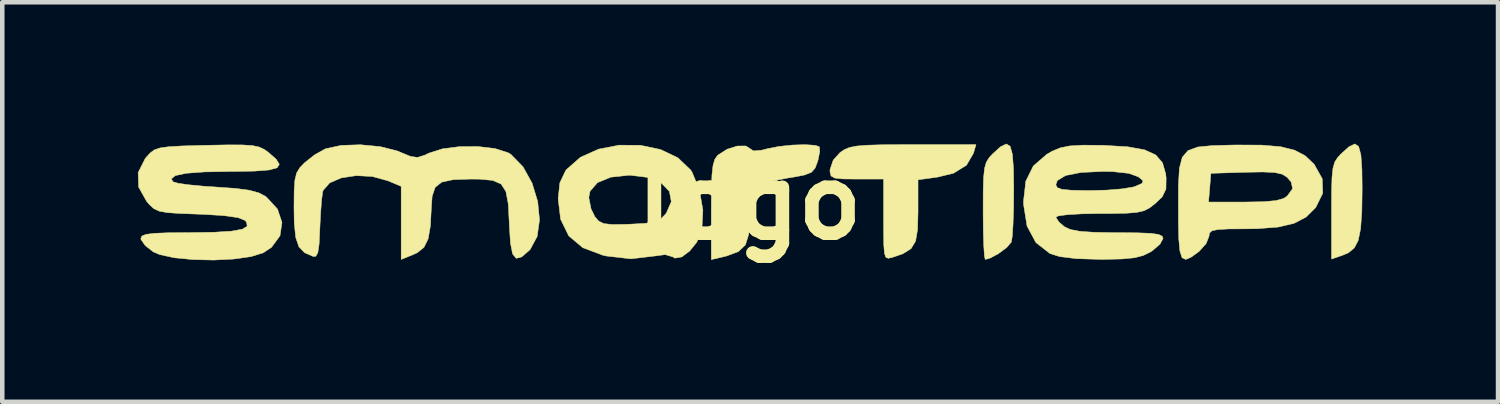
<source format=kicad_pcb>
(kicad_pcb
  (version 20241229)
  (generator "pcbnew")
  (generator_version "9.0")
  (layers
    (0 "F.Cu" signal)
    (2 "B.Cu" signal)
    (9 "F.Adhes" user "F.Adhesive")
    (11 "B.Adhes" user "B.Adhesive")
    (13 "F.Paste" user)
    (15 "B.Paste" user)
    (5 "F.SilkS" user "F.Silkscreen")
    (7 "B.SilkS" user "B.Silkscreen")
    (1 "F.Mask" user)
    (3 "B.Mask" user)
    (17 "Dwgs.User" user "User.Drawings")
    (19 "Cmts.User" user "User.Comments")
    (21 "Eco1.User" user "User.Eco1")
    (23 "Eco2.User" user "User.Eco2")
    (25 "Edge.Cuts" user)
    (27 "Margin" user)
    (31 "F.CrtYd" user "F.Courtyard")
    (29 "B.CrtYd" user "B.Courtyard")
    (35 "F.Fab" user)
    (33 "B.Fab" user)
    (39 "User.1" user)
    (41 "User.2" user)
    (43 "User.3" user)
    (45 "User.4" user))
  (footprint "logo"
    (layer "F.Cu")
    (at 13.527 1.418)
    (property "Reference" "logo" (at 0 0 0) (layer "F.SilkS") (effects (font (size 1.524 1.524) (thickness 0.3))))
    (attr through_hole)
    (fp_poly (pts (xy 13.469 -1.229) (xy 13.519 -1.044) (xy 13.542 -0.716) (xy 13.547 -0.302) (xy 13.54 0.214) (xy 13.513 0.588) (xy 13.461 0.846) (xy 13.374 1.014) (xy 13.245 1.121) (xy 13.129 1.171) (xy 12.869 1.261) (xy 12.869 0.203) (xy 12.871 -0.239) (xy 12.88 -0.545) (xy 12.902 -0.75) (xy 12.941 -0.885) (xy 13.005 -0.984) (xy 13.077 -1.062) (xy 13.257 -1.224) (xy 13.385 -1.285) (xy 13.469 -1.229)) (stroke (width 0.01) (type solid)) (fill yes) (layer "F.SilkS"))
    (fp_poly (pts (xy 5.762 -1.234) (xy 5.812 -1.056) (xy 5.836 -0.737) (xy 5.842 -0.262) (xy 5.842 -0.261) (xy 5.838 0.147) (xy 5.826 0.5) (xy 5.809 0.76) (xy 5.789 0.885) (xy 5.686 1.006) (xy 5.501 1.143) (xy 5.309 1.245) (xy 5.211 1.27) (xy 5.194 1.191) (xy 5.179 0.974) (xy 5.169 0.652) (xy 5.165 0.257) (xy 5.165 0.208) (xy 5.166 -0.236) (xy 5.175 -0.543) (xy 5.197 -0.748) (xy 5.236 -0.883) (xy 5.299 -0.983) (xy 5.372 -1.062) (xy 5.55 -1.223) (xy 5.677 -1.285) (xy 5.762 -1.234)) (stroke (width 0.01) (type solid)) (fill yes) (layer "F.SilkS"))
    (fp_poly (pts (xy 4.951 -1.079) (xy 4.797 -0.814) (xy 4.51 -0.637) (xy 4.149 -0.55) (xy 3.725 -0.492) (xy 3.725 0.218) (xy 3.715 0.607) (xy 3.671 0.866) (xy 3.57 1.032) (xy 3.392 1.143) (xy 3.154 1.225) (xy 3.069 1.244) (xy 3.014 1.224) (xy 2.983 1.135) (xy 2.968 0.95) (xy 2.964 0.64) (xy 2.963 0.387) (xy 2.963 -0.508) (xy 2.371 -0.508) (xy 2.061 -0.511) (xy 1.884 -0.53) (xy 1.802 -0.576) (xy 1.779 -0.663) (xy 1.778 -0.714) (xy 1.849 -0.925) (xy 2.001 -1.095) (xy 2.097 -1.16) (xy 2.209 -1.207) (xy 2.368 -1.238) (xy 2.6 -1.257) (xy 2.934 -1.267) (xy 3.398 -1.27) (xy 3.615 -1.27) (xy 5.007 -1.27) (xy 4.951 -1.079)) (stroke (width 0.01) (type solid)) (fill yes) (layer "F.SilkS"))
    (fp_poly (pts (xy 1.452 -1.254) (xy 1.543 -1.223) (xy 1.552 -1.119) (xy 1.513 -0.925) (xy 1.505 -0.898) (xy 1.449 -0.75) (xy 1.368 -0.658) (xy 1.219 -0.599) (xy 0.959 -0.549) (xy 0.833 -0.529) (xy 0.52 -0.469) (xy 0.265 -0.4) (xy 0.123 -0.336) (xy 0.047 -0.196) (xy 0.007 0.076) (xy 0 0.347) (xy -0.018 0.711) (xy -0.092 0.948) (xy -0.248 1.096) (xy -0.514 1.195) (xy -0.614 1.219) (xy -0.847 1.273) (xy -0.847 0.184) (xy -0.844 -0.277) (xy -0.832 -0.599) (xy -0.808 -0.811) (xy -0.769 -0.944) (xy -0.71 -1.028) (xy -0.699 -1.039) (xy -0.496 -1.168) (xy -0.271 -1.239) (xy -0.082 -1.24) (xy -0.003 -1.19) (xy 0.086 -1.131) (xy 0.265 -1.146) (xy 0.39 -1.178) (xy 0.647 -1.229) (xy 0.946 -1.26) (xy 1.232 -1.269) (xy 1.452 -1.254)) (stroke (width 0.01) (type solid)) (fill yes) (layer "F.SilkS"))
    (fp_poly (pts (xy -2.415 -1.255) (xy -1.97 -1.162) (xy -1.587 -0.98) (xy -1.304 -0.71) (xy -1.274 -0.664) (xy -1.111 -0.273) (xy -1.033 0.179) (xy -1.055 0.605) (xy -1.068 0.662) (xy -1.168 0.889) (xy -1.325 1.084) (xy -1.498 1.213) (xy -1.65 1.241) (xy -1.7 1.212) (xy -1.865 1.163) (xy -2.102 1.194) (xy -2.625 1.256) (xy -3.172 1.193) (xy -3.24 1.178) (xy -3.689 1.01) (xy -4 0.748) (xy -4.179 0.381) (xy -4.233 -0.069) (xy -4.23 -0.101) (xy -3.556 -0.101) (xy -3.506 0.151) (xy -3.422 0.323) (xy -3.338 0.421) (xy -3.227 0.476) (xy -3.048 0.497) (xy -2.755 0.494) (xy -2.647 0.49) (xy -2.312 0.472) (xy -2.101 0.439) (xy -1.967 0.377) (xy -1.864 0.272) (xy -1.841 0.243) (xy -1.731 -0.008) (xy -1.773 -0.234) (xy -1.95 -0.419) (xy -2.246 -0.544) (xy -2.643 -0.593) (xy -2.667 -0.593) (xy -3.07 -0.55) (xy -3.364 -0.429) (xy -3.528 -0.24) (xy -3.556 -0.101) (xy -4.23 -0.101) (xy -4.196 -0.425) (xy -4.071 -0.69) (xy -4.049 -0.719) (xy -3.74 -0.991) (xy -3.339 -1.17) (xy -2.885 -1.258) (xy -2.415 -1.255)) (stroke (width 0.01) (type solid)) (fill yes) (layer "F.SilkS"))
    (fp_poly (pts (xy 11.332 -1.259) (xy 11.746 -1.223) (xy 12.055 -1.146) (xy 12.29 -1.021) (xy 12.481 -0.84) (xy 12.486 -0.835) (xy 12.664 -0.516) (xy 12.675 -0.193) (xy 12.519 0.123) (xy 12.516 0.126) (xy 12.308 0.332) (xy 12.042 0.471) (xy 11.688 0.554) (xy 11.212 0.59) (xy 10.967 0.593) (xy 10.592 0.595) (xy 10.355 0.608) (xy 10.225 0.636) (xy 10.17 0.687) (xy 10.16 0.756) (xy 10.097 0.918) (xy 9.945 1.088) (xy 9.937 1.095) (xy 9.766 1.219) (xy 9.645 1.27) (xy 9.564 1.231) (xy 9.516 1.083) (xy 9.491 0.809) (xy 9.483 0.392) (xy 9.483 0.129) (xy 9.483 0) (xy 10.15 0) (xy 10.953 0) (xy 11.365 -0.007) (xy 11.64 -0.032) (xy 11.81 -0.079) (xy 11.89 -0.133) (xy 12.008 -0.295) (xy 11.979 -0.44) (xy 11.887 -0.547) (xy 11.784 -0.614) (xy 11.62 -0.652) (xy 11.356 -0.665) (xy 10.976 -0.659) (xy 10.202 -0.635) (xy 10.15 0) (xy 9.483 0) (xy 9.484 -0.38) (xy 9.505 -0.745) (xy 9.568 -0.989) (xy 9.695 -1.138) (xy 9.911 -1.217) (xy 10.238 -1.249) (xy 10.698 -1.261) (xy 10.782 -1.262) (xy 11.332 -1.259)) (stroke (width 0.01) (type solid)) (fill yes) (layer "F.SilkS"))
    (fp_poly (pts (xy -8.172 -1.226) (xy -7.799 -1.133) (xy -7.728 -1.104) (xy -7.498 -1.009) (xy -7.342 -0.987) (xy -7.184 -1.037) (xy -7.093 -1.081) (xy -6.792 -1.177) (xy -6.409 -1.226) (xy -6.001 -1.227) (xy -5.626 -1.182) (xy -5.34 -1.091) (xy -5.277 -1.053) (xy -5.01 -0.779) (xy -4.81 -0.418) (xy -4.686 -0.012) (xy -4.646 0.395) (xy -4.698 0.762) (xy -4.85 1.046) (xy -4.871 1.068) (xy -5.042 1.215) (xy -5.162 1.245) (xy -5.241 1.147) (xy -5.288 0.908) (xy -5.313 0.514) (xy -5.315 0.459) (xy -5.337 0.042) (xy -5.389 -0.234) (xy -5.495 -0.398) (xy -5.682 -0.479) (xy -5.973 -0.506) (xy -6.16 -0.508) (xy -6.553 -0.495) (xy -6.807 -0.441) (xy -6.953 -0.326) (xy -7.02 -0.128) (xy -7.037 0.109) (xy -7.059 0.53) (xy -7.109 0.816) (xy -7.201 1.002) (xy -7.347 1.12) (xy -7.429 1.158) (xy -7.705 1.27) (xy -7.705 -0.347) (xy -7.998 -0.47) (xy -8.342 -0.565) (xy -8.7 -0.584) (xy -9.029 -0.534) (xy -9.286 -0.424) (xy -9.43 -0.259) (xy -9.441 -0.224) (xy -9.464 -0.052) (xy -9.486 0.231) (xy -9.503 0.566) (xy -9.504 0.6) (xy -9.52 0.931) (xy -9.548 1.121) (xy -9.594 1.201) (xy -9.652 1.203) (xy -9.842 1.12) (xy -9.966 0.991) (xy -10.037 0.783) (xy -10.07 0.464) (xy -10.075 0.13) (xy -10.072 -0.241) (xy -10.056 -0.484) (xy -10.017 -0.643) (xy -9.946 -0.76) (xy -9.842 -0.868) (xy -9.618 -1.045) (xy -9.386 -1.174) (xy -9.371 -1.18) (xy -9.032 -1.253) (xy -8.607 -1.267) (xy -8.172 -1.226)) (stroke (width 0.01) (type solid)) (fill yes) (layer "F.SilkS"))
    (fp_poly (pts (xy -11.218 -1.263) (xy -10.996 -1.249) (xy -10.844 -1.216) (xy -10.732 -1.163) (xy -10.645 -1.101) (xy -10.469 -0.947) (xy -10.4 -0.834) (xy -10.449 -0.757) (xy -10.628 -0.709) (xy -10.951 -0.684) (xy -11.429 -0.676) (xy -11.493 -0.676) (xy -12.058 -0.666) (xy -12.459 -0.636) (xy -12.7 -0.585) (xy -12.786 -0.514) (xy -12.754 -0.449) (xy -12.646 -0.416) (xy -12.407 -0.382) (xy -12.076 -0.35) (xy -11.801 -0.332) (xy -11.365 -0.301) (xy -11.061 -0.26) (xy -10.852 -0.203) (xy -10.7 -0.122) (xy -10.686 -0.111) (xy -10.441 0.154) (xy -10.341 0.452) (xy -10.385 0.746) (xy -10.572 1.001) (xy -10.754 1.122) (xy -11.027 1.207) (xy -11.41 1.261) (xy -11.851 1.283) (xy -12.304 1.273) (xy -12.719 1.233) (xy -13.046 1.162) (xy -13.187 1.102) (xy -13.366 0.961) (xy -13.459 0.828) (xy -13.462 0.806) (xy -13.438 0.752) (xy -13.349 0.715) (xy -13.169 0.692) (xy -12.874 0.68) (xy -12.437 0.676) (xy -12.383 0.676) (xy -11.841 0.668) (xy -11.456 0.644) (xy -11.216 0.6) (xy -11.11 0.535) (xy -11.125 0.446) (xy -11.16 0.406) (xy -11.311 0.345) (xy -11.627 0.3) (xy -12.102 0.271) (xy -12.195 0.268) (xy -12.602 0.253) (xy -12.877 0.234) (xy -13.056 0.202) (xy -13.175 0.146) (xy -13.271 0.059) (xy -13.334 -0.014) (xy -13.511 -0.331) (xy -13.522 -0.652) (xy -13.366 -0.962) (xy -13.343 -0.99) (xy -13.255 -1.086) (xy -13.165 -1.153) (xy -13.04 -1.196) (xy -12.849 -1.223) (xy -12.56 -1.24) (xy -12.142 -1.252) (xy -12.007 -1.255) (xy -11.544 -1.264) (xy -11.218 -1.263)) (stroke (width 0.01) (type solid)) (fill yes) (layer "F.SilkS"))
    (fp_poly (pts (xy 7.779 -1.255) (xy 7.847 -1.253) (xy 8.363 -1.222) (xy 8.735 -1.155) (xy 8.983 -1.041) (xy 9.132 -0.868) (xy 9.202 -0.624) (xy 9.212 -0.532) (xy 9.208 -0.287) (xy 9.126 -0.116) (xy 8.972 0.031) (xy 8.848 0.128) (xy 8.725 0.191) (xy 8.564 0.229) (xy 8.329 0.248) (xy 7.982 0.254) (xy 7.741 0.254) (xy 7.344 0.261) (xy 7.031 0.279) (xy 6.831 0.306) (xy 6.773 0.334) (xy 6.836 0.437) (xy 6.962 0.546) (xy 7.093 0.607) (xy 7.299 0.647) (xy 7.61 0.669) (xy 8.055 0.677) (xy 8.147 0.677) (xy 8.58 0.681) (xy 8.869 0.692) (xy 9.043 0.716) (xy 9.125 0.756) (xy 9.144 0.806) (xy 9.077 0.93) (xy 8.912 1.073) (xy 8.869 1.102) (xy 8.705 1.183) (xy 8.508 1.233) (xy 8.236 1.259) (xy 7.846 1.268) (xy 7.747 1.268) (xy 7.226 1.252) (xy 6.857 1.206) (xy 6.642 1.139) (xy 6.331 0.895) (xy 6.136 0.531) (xy 6.059 0.052) (xy 6.058 -0.017) (xy 6.1 -0.383) (xy 6.773 -0.383) (xy 6.802 -0.32) (xy 6.906 -0.281) (xy 7.117 -0.261) (xy 7.463 -0.254) (xy 7.53 -0.254) (xy 7.902 -0.264) (xy 8.235 -0.291) (xy 8.474 -0.33) (xy 8.525 -0.345) (xy 8.683 -0.414) (xy 8.699 -0.473) (xy 8.599 -0.557) (xy 8.389 -0.634) (xy 8.031 -0.673) (xy 7.821 -0.677) (xy 7.329 -0.654) (xy 6.989 -0.587) (xy 6.806 -0.476) (xy 6.773 -0.383) (xy 6.1 -0.383) (xy 6.108 -0.461) (xy 6.275 -0.798) (xy 6.575 -1.058) (xy 6.695 -1.126) (xy 6.869 -1.198) (xy 7.08 -1.241) (xy 7.369 -1.258) (xy 7.779 -1.255)) (stroke (width 0.01) (type solid)) (fill yes) (layer "F.SilkS")))
  (gr_rect
    (start -3 -3)
    (end 30.079 5.836)
    (stroke (width 0.1) (type default))
    (fill no)
    (layer "Edge.Cuts")))
</source>
